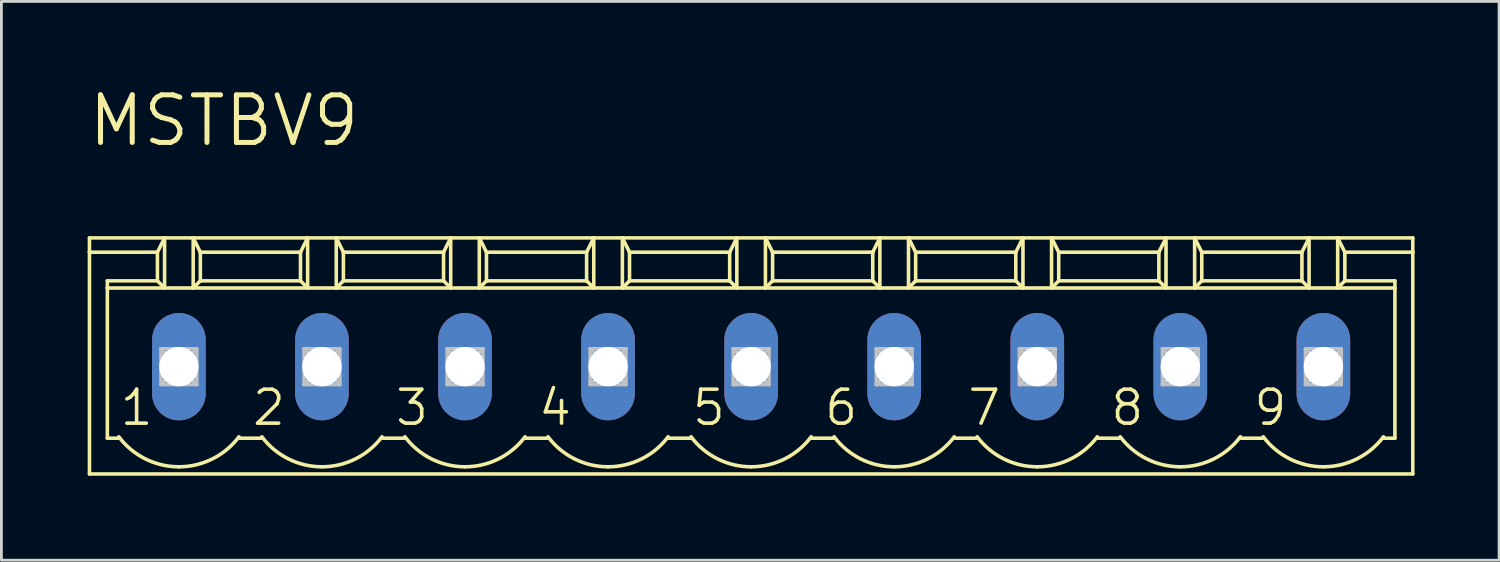
<source format=kicad_pcb>
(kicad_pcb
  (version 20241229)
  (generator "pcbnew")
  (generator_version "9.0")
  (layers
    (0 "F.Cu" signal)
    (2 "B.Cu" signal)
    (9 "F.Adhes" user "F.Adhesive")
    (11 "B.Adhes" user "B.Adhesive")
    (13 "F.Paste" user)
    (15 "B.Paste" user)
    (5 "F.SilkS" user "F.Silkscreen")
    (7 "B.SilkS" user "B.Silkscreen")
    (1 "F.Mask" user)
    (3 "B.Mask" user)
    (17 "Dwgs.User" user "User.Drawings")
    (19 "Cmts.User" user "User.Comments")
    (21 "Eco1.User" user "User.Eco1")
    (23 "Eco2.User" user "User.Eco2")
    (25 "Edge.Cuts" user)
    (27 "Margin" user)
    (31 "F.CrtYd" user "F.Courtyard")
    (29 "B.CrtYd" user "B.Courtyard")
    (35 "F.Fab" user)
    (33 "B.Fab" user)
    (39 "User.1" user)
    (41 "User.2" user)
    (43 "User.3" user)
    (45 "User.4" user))
  (footprint "MSTBV9"
    (layer "F.Cu")
    (at 23.622 9.97)
    (property "Reference" "MSTBV9" (at -23.622 -7.747 0) (layer "F.SilkS") (effects (font (size 1.689 1.689) (thickness 0.178)) (justify left bottom)))
    (attr through_hole)
    (fp_line (start -23.495 -4.572) (end -23.495 -4.064) (stroke (width 0.127) (type solid)) (layer "F.SilkS"))
    (fp_line (start -23.495 -4.572) (end -20.828 -4.572) (stroke (width 0.127) (type solid)) (layer "F.SilkS"))
    (fp_line (start -23.495 -4.064) (end -23.495 3.81) (stroke (width 0.127) (type solid)) (layer "F.SilkS"))
    (fp_line (start -23.495 -4.064) (end -21.082 -4.064) (stroke (width 0.127) (type solid)) (layer "F.SilkS"))
    (fp_line (start -23.495 3.81) (end 23.495 3.81) (stroke (width 0.127) (type solid)) (layer "F.SilkS"))
    (fp_line (start -22.86 -2.794) (end -22.86 -3.048) (stroke (width 0.127) (type solid)) (layer "F.SilkS"))
    (fp_line (start -22.86 -2.794) (end -20.828 -2.794) (stroke (width 0.127) (type solid)) (layer "F.SilkS"))
    (fp_line (start -22.86 2.54) (end -22.86 -2.794) (stroke (width 0.127) (type solid)) (layer "F.SilkS"))
    (fp_line (start -22.86 2.54) (end -22.428 2.54) (stroke (width 0.127) (type solid)) (layer "F.SilkS"))
    (fp_line (start -21.082 -4.064) (end -21.082 -3.048) (stroke (width 0.127) (type solid)) (layer "F.SilkS"))
    (fp_line (start -21.082 -4.064) (end -20.828 -4.572) (stroke (width 0.127) (type solid)) (layer "F.SilkS"))
    (fp_line (start -21.082 -3.048) (end -22.86 -3.048) (stroke (width 0.127) (type solid)) (layer "F.SilkS"))
    (fp_line (start -21.082 -3.048) (end -20.828 -2.794) (stroke (width 0.127) (type solid)) (layer "F.SilkS"))
    (fp_line (start -20.828 -4.572) (end -19.812 -4.572) (stroke (width 0.127) (type solid)) (layer "F.SilkS"))
    (fp_line (start -20.828 -2.794) (end -20.828 -4.572) (stroke (width 0.127) (type solid)) (layer "F.SilkS"))
    (fp_line (start -20.828 -2.794) (end -19.812 -2.794) (stroke (width 0.127) (type solid)) (layer "F.SilkS"))
    (fp_line (start -19.812 -4.572) (end -19.558 -4.064) (stroke (width 0.127) (type solid)) (layer "F.SilkS"))
    (fp_line (start -19.812 -4.572) (end -15.748 -4.572) (stroke (width 0.127) (type solid)) (layer "F.SilkS"))
    (fp_line (start -19.812 -2.794) (end -19.812 -4.572) (stroke (width 0.127) (type solid)) (layer "F.SilkS"))
    (fp_line (start -19.812 -2.794) (end -15.748 -2.794) (stroke (width 0.127) (type solid)) (layer "F.SilkS"))
    (fp_line (start -19.558 -4.064) (end -19.558 -3.048) (stroke (width 0.127) (type solid)) (layer "F.SilkS"))
    (fp_line (start -19.558 -4.064) (end -16.002 -4.064) (stroke (width 0.127) (type solid)) (layer "F.SilkS"))
    (fp_line (start -19.558 -3.048) (end -19.812 -2.794) (stroke (width 0.127) (type solid)) (layer "F.SilkS"))
    (fp_line (start -18.161 2.54) (end -17.399 2.54) (stroke (width 0.127) (type solid)) (layer "F.SilkS"))
    (fp_line (start -16.002 -4.064) (end -16.002 -3.048) (stroke (width 0.127) (type solid)) (layer "F.SilkS"))
    (fp_line (start -16.002 -4.064) (end -15.748 -4.572) (stroke (width 0.127) (type solid)) (layer "F.SilkS"))
    (fp_line (start -16.002 -3.048) (end -19.558 -3.048) (stroke (width 0.127) (type solid)) (layer "F.SilkS"))
    (fp_line (start -16.002 -3.048) (end -15.748 -2.794) (stroke (width 0.127) (type solid)) (layer "F.SilkS"))
    (fp_line (start -15.748 -4.572) (end -14.732 -4.572) (stroke (width 0.127) (type solid)) (layer "F.SilkS"))
    (fp_line (start -15.748 -2.794) (end -15.748 -4.572) (stroke (width 0.127) (type solid)) (layer "F.SilkS"))
    (fp_line (start -15.748 -2.794) (end -14.732 -2.794) (stroke (width 0.127) (type solid)) (layer "F.SilkS"))
    (fp_line (start -14.732 -4.572) (end -14.478 -4.064) (stroke (width 0.127) (type solid)) (layer "F.SilkS"))
    (fp_line (start -14.732 -4.572) (end -10.668 -4.572) (stroke (width 0.127) (type solid)) (layer "F.SilkS"))
    (fp_line (start -14.732 -2.794) (end -14.732 -4.572) (stroke (width 0.127) (type solid)) (layer "F.SilkS"))
    (fp_line (start -14.732 -2.794) (end -10.668 -2.794) (stroke (width 0.127) (type solid)) (layer "F.SilkS"))
    (fp_line (start -14.478 -4.064) (end -14.478 -3.048) (stroke (width 0.127) (type solid)) (layer "F.SilkS"))
    (fp_line (start -14.478 -4.064) (end -10.922 -4.064) (stroke (width 0.127) (type solid)) (layer "F.SilkS"))
    (fp_line (start -14.478 -3.048) (end -14.732 -2.794) (stroke (width 0.127) (type solid)) (layer "F.SilkS"))
    (fp_line (start -13.081 2.54) (end -12.319 2.54) (stroke (width 0.127) (type solid)) (layer "F.SilkS"))
    (fp_line (start -10.922 -4.064) (end -10.922 -3.048) (stroke (width 0.127) (type solid)) (layer "F.SilkS"))
    (fp_line (start -10.922 -4.064) (end -10.668 -4.572) (stroke (width 0.127) (type solid)) (layer "F.SilkS"))
    (fp_line (start -10.922 -3.048) (end -14.478 -3.048) (stroke (width 0.127) (type solid)) (layer "F.SilkS"))
    (fp_line (start -10.922 -3.048) (end -10.668 -2.794) (stroke (width 0.127) (type solid)) (layer "F.SilkS"))
    (fp_line (start -10.668 -4.572) (end -9.652 -4.572) (stroke (width 0.127) (type solid)) (layer "F.SilkS"))
    (fp_line (start -10.668 -2.794) (end -10.668 -4.572) (stroke (width 0.127) (type solid)) (layer "F.SilkS"))
    (fp_line (start -10.668 -2.794) (end -9.652 -2.794) (stroke (width 0.127) (type solid)) (layer "F.SilkS"))
    (fp_line (start -9.652 -4.572) (end -9.398 -4.064) (stroke (width 0.127) (type solid)) (layer "F.SilkS"))
    (fp_line (start -9.652 -4.572) (end -5.588 -4.572) (stroke (width 0.127) (type solid)) (layer "F.SilkS"))
    (fp_line (start -9.652 -2.794) (end -9.652 -4.572) (stroke (width 0.127) (type solid)) (layer "F.SilkS"))
    (fp_line (start -9.652 -2.794) (end -5.588 -2.794) (stroke (width 0.127) (type solid)) (layer "F.SilkS"))
    (fp_line (start -9.398 -4.064) (end -9.398 -3.048) (stroke (width 0.127) (type solid)) (layer "F.SilkS"))
    (fp_line (start -9.398 -4.064) (end -5.842 -4.064) (stroke (width 0.127) (type solid)) (layer "F.SilkS"))
    (fp_line (start -9.398 -3.048) (end -9.652 -2.794) (stroke (width 0.127) (type solid)) (layer "F.SilkS"))
    (fp_line (start -9.398 -3.048) (end -5.842 -3.048) (stroke (width 0.127) (type solid)) (layer "F.SilkS"))
    (fp_line (start -8.001 2.54) (end -7.239 2.54) (stroke (width 0.127) (type solid)) (layer "F.SilkS"))
    (fp_line (start -5.842 -4.064) (end -5.842 -3.048) (stroke (width 0.127) (type solid)) (layer "F.SilkS"))
    (fp_line (start -5.842 -4.064) (end -5.588 -4.572) (stroke (width 0.127) (type solid)) (layer "F.SilkS"))
    (fp_line (start -5.842 -3.048) (end -5.588 -2.794) (stroke (width 0.127) (type solid)) (layer "F.SilkS"))
    (fp_line (start -5.588 -4.572) (end -4.572 -4.572) (stroke (width 0.127) (type solid)) (layer "F.SilkS"))
    (fp_line (start -5.588 -2.794) (end -5.588 -4.572) (stroke (width 0.127) (type solid)) (layer "F.SilkS"))
    (fp_line (start -5.588 -2.794) (end -4.572 -2.794) (stroke (width 0.127) (type solid)) (layer "F.SilkS"))
    (fp_line (start -4.572 -4.572) (end -4.318 -4.064) (stroke (width 0.127) (type solid)) (layer "F.SilkS"))
    (fp_line (start -4.572 -4.572) (end -0.508 -4.572) (stroke (width 0.127) (type solid)) (layer "F.SilkS"))
    (fp_line (start -4.572 -2.794) (end -4.572 -4.572) (stroke (width 0.127) (type solid)) (layer "F.SilkS"))
    (fp_line (start -4.572 -2.794) (end -0.508 -2.794) (stroke (width 0.127) (type solid)) (layer "F.SilkS"))
    (fp_line (start -4.318 -4.064) (end -4.318 -3.048) (stroke (width 0.127) (type solid)) (layer "F.SilkS"))
    (fp_line (start -4.318 -4.064) (end -0.762 -4.064) (stroke (width 0.127) (type solid)) (layer "F.SilkS"))
    (fp_line (start -4.318 -3.048) (end -4.572 -2.794) (stroke (width 0.127) (type solid)) (layer "F.SilkS"))
    (fp_line (start -2.972 2.54) (end -2.108 2.54) (stroke (width 0.127) (type solid)) (layer "F.SilkS"))
    (fp_line (start -0.762 -4.064) (end -0.762 -3.048) (stroke (width 0.127) (type solid)) (layer "F.SilkS"))
    (fp_line (start -0.762 -4.064) (end -0.508 -4.572) (stroke (width 0.127) (type solid)) (layer "F.SilkS"))
    (fp_line (start -0.762 -3.048) (end -4.318 -3.048) (stroke (width 0.127) (type solid)) (layer "F.SilkS"))
    (fp_line (start -0.762 -3.048) (end -0.508 -2.794) (stroke (width 0.127) (type solid)) (layer "F.SilkS"))
    (fp_line (start -0.508 -4.572) (end 0.508 -4.572) (stroke (width 0.127) (type solid)) (layer "F.SilkS"))
    (fp_line (start -0.508 -2.794) (end -0.508 -4.572) (stroke (width 0.127) (type solid)) (layer "F.SilkS"))
    (fp_line (start -0.508 -2.794) (end 0.508 -2.794) (stroke (width 0.127) (type solid)) (layer "F.SilkS"))
    (fp_line (start 0.508 -4.572) (end 0.762 -4.064) (stroke (width 0.127) (type solid)) (layer "F.SilkS"))
    (fp_line (start 0.508 -4.572) (end 4.572 -4.572) (stroke (width 0.127) (type solid)) (layer "F.SilkS"))
    (fp_line (start 0.508 -2.794) (end 0.508 -4.572) (stroke (width 0.127) (type solid)) (layer "F.SilkS"))
    (fp_line (start 0.508 -2.794) (end 4.572 -2.794) (stroke (width 0.127) (type solid)) (layer "F.SilkS"))
    (fp_line (start 0.762 -4.064) (end 0.762 -3.048) (stroke (width 0.127) (type solid)) (layer "F.SilkS"))
    (fp_line (start 0.762 -4.064) (end 4.318 -4.064) (stroke (width 0.127) (type solid)) (layer "F.SilkS"))
    (fp_line (start 0.762 -3.048) (end 0.508 -2.794) (stroke (width 0.127) (type solid)) (layer "F.SilkS"))
    (fp_line (start 2.159 2.54) (end 2.921 2.54) (stroke (width 0.127) (type solid)) (layer "F.SilkS"))
    (fp_line (start 4.318 -4.064) (end 4.318 -3.048) (stroke (width 0.127) (type solid)) (layer "F.SilkS"))
    (fp_line (start 4.318 -4.064) (end 4.572 -4.572) (stroke (width 0.127) (type solid)) (layer "F.SilkS"))
    (fp_line (start 4.318 -3.048) (end 0.762 -3.048) (stroke (width 0.127) (type solid)) (layer "F.SilkS"))
    (fp_line (start 4.318 -3.048) (end 4.572 -2.794) (stroke (width 0.127) (type solid)) (layer "F.SilkS"))
    (fp_line (start 4.572 -4.572) (end 5.588 -4.572) (stroke (width 0.127) (type solid)) (layer "F.SilkS"))
    (fp_line (start 4.572 -2.794) (end 4.572 -4.572) (stroke (width 0.127) (type solid)) (layer "F.SilkS"))
    (fp_line (start 4.572 -2.794) (end 5.588 -2.794) (stroke (width 0.127) (type solid)) (layer "F.SilkS"))
    (fp_line (start 5.588 -4.572) (end 5.842 -4.064) (stroke (width 0.127) (type solid)) (layer "F.SilkS"))
    (fp_line (start 5.588 -4.572) (end 9.652 -4.572) (stroke (width 0.127) (type solid)) (layer "F.SilkS"))
    (fp_line (start 5.588 -2.794) (end 5.588 -4.572) (stroke (width 0.127) (type solid)) (layer "F.SilkS"))
    (fp_line (start 5.588 -2.794) (end 9.652 -2.794) (stroke (width 0.127) (type solid)) (layer "F.SilkS"))
    (fp_line (start 5.842 -4.064) (end 5.842 -3.048) (stroke (width 0.127) (type solid)) (layer "F.SilkS"))
    (fp_line (start 5.842 -4.064) (end 9.398 -4.064) (stroke (width 0.127) (type solid)) (layer "F.SilkS"))
    (fp_line (start 5.842 -3.048) (end 5.588 -2.794) (stroke (width 0.127) (type solid)) (layer "F.SilkS"))
    (fp_line (start 7.239 2.54) (end 8.001 2.54) (stroke (width 0.127) (type solid)) (layer "F.SilkS"))
    (fp_line (start 9.398 -4.064) (end 9.398 -3.048) (stroke (width 0.127) (type solid)) (layer "F.SilkS"))
    (fp_line (start 9.398 -4.064) (end 9.652 -4.572) (stroke (width 0.127) (type solid)) (layer "F.SilkS"))
    (fp_line (start 9.398 -3.048) (end 5.842 -3.048) (stroke (width 0.127) (type solid)) (layer "F.SilkS"))
    (fp_line (start 9.398 -3.048) (end 9.652 -2.794) (stroke (width 0.127) (type solid)) (layer "F.SilkS"))
    (fp_line (start 9.652 -4.572) (end 10.668 -4.572) (stroke (width 0.127) (type solid)) (layer "F.SilkS"))
    (fp_line (start 9.652 -2.794) (end 9.652 -4.572) (stroke (width 0.127) (type solid)) (layer "F.SilkS"))
    (fp_line (start 9.652 -2.794) (end 10.668 -2.794) (stroke (width 0.127) (type solid)) (layer "F.SilkS"))
    (fp_line (start 10.668 -4.572) (end 10.922 -4.064) (stroke (width 0.127) (type solid)) (layer "F.SilkS"))
    (fp_line (start 10.668 -4.572) (end 14.732 -4.572) (stroke (width 0.127) (type solid)) (layer "F.SilkS"))
    (fp_line (start 10.668 -2.794) (end 10.668 -4.572) (stroke (width 0.127) (type solid)) (layer "F.SilkS"))
    (fp_line (start 10.668 -2.794) (end 14.732 -2.794) (stroke (width 0.127) (type solid)) (layer "F.SilkS"))
    (fp_line (start 10.922 -4.064) (end 10.922 -3.048) (stroke (width 0.127) (type solid)) (layer "F.SilkS"))
    (fp_line (start 10.922 -4.064) (end 14.478 -4.064) (stroke (width 0.127) (type solid)) (layer "F.SilkS"))
    (fp_line (start 10.922 -3.048) (end 10.668 -2.794) (stroke (width 0.127) (type solid)) (layer "F.SilkS"))
    (fp_line (start 10.922 -3.048) (end 14.478 -3.048) (stroke (width 0.127) (type solid)) (layer "F.SilkS"))
    (fp_line (start 12.319 2.54) (end 13.081 2.54) (stroke (width 0.127) (type solid)) (layer "F.SilkS"))
    (fp_line (start 14.478 -4.064) (end 14.478 -3.048) (stroke (width 0.127) (type solid)) (layer "F.SilkS"))
    (fp_line (start 14.478 -4.064) (end 14.732 -4.572) (stroke (width 0.127) (type solid)) (layer "F.SilkS"))
    (fp_line (start 14.478 -3.048) (end 14.732 -2.794) (stroke (width 0.127) (type solid)) (layer "F.SilkS"))
    (fp_line (start 14.732 -4.572) (end 15.748 -4.572) (stroke (width 0.127) (type solid)) (layer "F.SilkS"))
    (fp_line (start 14.732 -2.794) (end 14.732 -4.572) (stroke (width 0.127) (type solid)) (layer "F.SilkS"))
    (fp_line (start 14.732 -2.794) (end 15.748 -2.794) (stroke (width 0.127) (type solid)) (layer "F.SilkS"))
    (fp_line (start 15.748 -4.572) (end 16.002 -4.064) (stroke (width 0.127) (type solid)) (layer "F.SilkS"))
    (fp_line (start 15.748 -4.572) (end 19.812 -4.572) (stroke (width 0.127) (type solid)) (layer "F.SilkS"))
    (fp_line (start 15.748 -2.794) (end 15.748 -4.572) (stroke (width 0.127) (type solid)) (layer "F.SilkS"))
    (fp_line (start 15.748 -2.794) (end 19.812 -2.794) (stroke (width 0.127) (type solid)) (layer "F.SilkS"))
    (fp_line (start 16.002 -4.064) (end 16.002 -3.048) (stroke (width 0.127) (type solid)) (layer "F.SilkS"))
    (fp_line (start 16.002 -4.064) (end 19.558 -4.064) (stroke (width 0.127) (type solid)) (layer "F.SilkS"))
    (fp_line (start 16.002 -3.048) (end 15.748 -2.794) (stroke (width 0.127) (type solid)) (layer "F.SilkS"))
    (fp_line (start 16.002 -3.048) (end 19.558 -3.048) (stroke (width 0.127) (type solid)) (layer "F.SilkS"))
    (fp_line (start 17.399 2.54) (end 18.161 2.54) (stroke (width 0.127) (type solid)) (layer "F.SilkS"))
    (fp_line (start 19.558 -4.064) (end 19.558 -3.048) (stroke (width 0.127) (type solid)) (layer "F.SilkS"))
    (fp_line (start 19.558 -4.064) (end 19.812 -4.572) (stroke (width 0.127) (type solid)) (layer "F.SilkS"))
    (fp_line (start 19.558 -3.048) (end 19.812 -2.794) (stroke (width 0.127) (type solid)) (layer "F.SilkS"))
    (fp_line (start 19.812 -4.572) (end 20.828 -4.572) (stroke (width 0.127) (type solid)) (layer "F.SilkS"))
    (fp_line (start 19.812 -2.794) (end 19.812 -4.572) (stroke (width 0.127) (type solid)) (layer "F.SilkS"))
    (fp_line (start 19.812 -2.794) (end 20.828 -2.794) (stroke (width 0.127) (type solid)) (layer "F.SilkS"))
    (fp_line (start 20.828 -4.572) (end 21.082 -4.064) (stroke (width 0.127) (type solid)) (layer "F.SilkS"))
    (fp_line (start 20.828 -4.572) (end 23.495 -4.572) (stroke (width 0.127) (type solid)) (layer "F.SilkS"))
    (fp_line (start 20.828 -2.794) (end 20.828 -4.572) (stroke (width 0.127) (type solid)) (layer "F.SilkS"))
    (fp_line (start 20.828 -2.794) (end 22.86 -2.794) (stroke (width 0.127) (type solid)) (layer "F.SilkS"))
    (fp_line (start 21.082 -4.064) (end 21.082 -3.048) (stroke (width 0.127) (type solid)) (layer "F.SilkS"))
    (fp_line (start 21.082 -4.064) (end 23.495 -4.064) (stroke (width 0.127) (type solid)) (layer "F.SilkS"))
    (fp_line (start 21.082 -3.048) (end 20.828 -2.794) (stroke (width 0.127) (type solid)) (layer "F.SilkS"))
    (fp_line (start 21.082 -3.048) (end 22.86 -3.048) (stroke (width 0.127) (type solid)) (layer "F.SilkS"))
    (fp_line (start 22.428 2.54) (end 22.86 2.54) (stroke (width 0.127) (type solid)) (layer "F.SilkS"))
    (fp_line (start 22.86 -3.048) (end 22.86 -2.794) (stroke (width 0.127) (type solid)) (layer "F.SilkS"))
    (fp_line (start 22.86 -2.794) (end 22.86 2.54) (stroke (width 0.127) (type solid)) (layer "F.SilkS"))
    (fp_line (start 23.495 -4.064) (end 23.495 -4.572) (stroke (width 0.127) (type solid)) (layer "F.SilkS"))
    (fp_line (start 23.495 3.81) (end 23.495 -4.064) (stroke (width 0.127) (type solid)) (layer "F.SilkS"))
    (fp_arc (start -20.319999 3.556) (mid -21.512718 3.274437) (end -22.4536 2.4892) (stroke (width 0.127) (type solid)) (layer "F.SilkS"))
    (fp_arc (start -18.186399 2.4892) (mid -19.127281 3.274438) (end -20.32 3.556) (stroke (width 0.127) (type solid)) (layer "F.SilkS"))
    (fp_arc (start -15.239999 3.556) (mid -16.432718 3.274437) (end -17.3736 2.4892) (stroke (width 0.127) (type solid)) (layer "F.SilkS"))
    (fp_arc (start -13.106399 2.4892) (mid -14.047281 3.274438) (end -15.24 3.556) (stroke (width 0.127) (type solid)) (layer "F.SilkS"))
    (fp_arc (start -10.159999 3.556) (mid -11.352718 3.274437) (end -12.2936 2.4892) (stroke (width 0.127) (type solid)) (layer "F.SilkS"))
    (fp_arc (start -8.026399 2.4892) (mid -8.967281 3.274438) (end -10.16 3.556) (stroke (width 0.127) (type solid)) (layer "F.SilkS"))
    (fp_arc (start -5.079999 3.556) (mid -6.272718 3.274437) (end -7.2136 2.4892) (stroke (width 0.127) (type solid)) (layer "F.SilkS"))
    (fp_arc (start -2.946399 2.4892) (mid -3.887281 3.274438) (end -5.08 3.556) (stroke (width 0.127) (type solid)) (layer "F.SilkS"))
    (fp_arc (start 0.000001 3.556) (mid -1.192718 3.274438) (end -2.1336 2.4892) (stroke (width 0.127) (type solid)) (layer "F.SilkS"))
    (fp_arc (start 2.133601 2.4892) (mid 1.192719 3.274438) (end 0 3.556) (stroke (width 0.127) (type solid)) (layer "F.SilkS"))
    (fp_arc (start 5.080001 3.556) (mid 3.887282 3.274438) (end 2.9464 2.4892) (stroke (width 0.127) (type solid)) (layer "F.SilkS"))
    (fp_arc (start 7.2136 2.489199) (mid 6.272719 3.274437) (end 5.08 3.556) (stroke (width 0.127) (type solid)) (layer "F.SilkS"))
    (fp_arc (start 10.160001 3.556) (mid 8.967282 3.274438) (end 8.0264 2.4892) (stroke (width 0.127) (type solid)) (layer "F.SilkS"))
    (fp_arc (start 12.2936 2.489199) (mid 11.352719 3.274437) (end 10.16 3.556) (stroke (width 0.127) (type solid)) (layer "F.SilkS"))
    (fp_arc (start 15.240001 3.556) (mid 14.047282 3.274438) (end 13.1064 2.4892) (stroke (width 0.127) (type solid)) (layer "F.SilkS"))
    (fp_arc (start 17.3736 2.489199) (mid 16.432719 3.274437) (end 15.24 3.556) (stroke (width 0.127) (type solid)) (layer "F.SilkS"))
    (fp_arc (start 20.320001 3.556) (mid 19.127282 3.274438) (end 18.1864 2.4892) (stroke (width 0.127) (type solid)) (layer "F.SilkS"))
    (fp_arc (start 22.4536 2.489199) (mid 21.512719 3.274437) (end 20.32 3.556) (stroke (width 0.127) (type solid)) (layer "F.SilkS"))
    (fp_line (start -20.955 -0.635) (end -20.955 0.635) (stroke (width 0.127) (type solid)) (layer "Dwgs.User"))
    (fp_line (start -20.955 -0.635) (end -19.685 0.635) (stroke (width 0.127) (type solid)) (layer "Dwgs.User"))
    (fp_line (start -20.955 0.635) (end -19.685 -0.635) (stroke (width 0.127) (type solid)) (layer "Dwgs.User"))
    (fp_line (start -20.955 0.635) (end -19.685 0.635) (stroke (width 0.127) (type solid)) (layer "Dwgs.User"))
    (fp_line (start -19.685 -0.635) (end -20.955 -0.635) (stroke (width 0.127) (type solid)) (layer "Dwgs.User"))
    (fp_line (start -19.685 0.635) (end -19.685 -0.635) (stroke (width 0.127) (type solid)) (layer "Dwgs.User"))
    (fp_line (start -15.875 -0.635) (end -15.875 0.635) (stroke (width 0.127) (type solid)) (layer "Dwgs.User"))
    (fp_line (start -15.875 -0.635) (end -14.605 0.635) (stroke (width 0.127) (type solid)) (layer "Dwgs.User"))
    (fp_line (start -15.875 0.635) (end -14.605 -0.635) (stroke (width 0.127) (type solid)) (layer "Dwgs.User"))
    (fp_line (start -15.875 0.635) (end -14.605 0.635) (stroke (width 0.127) (type solid)) (layer "Dwgs.User"))
    (fp_line (start -14.605 -0.635) (end -15.875 -0.635) (stroke (width 0.127) (type solid)) (layer "Dwgs.User"))
    (fp_line (start -14.605 0.635) (end -14.605 -0.635) (stroke (width 0.127) (type solid)) (layer "Dwgs.User"))
    (fp_line (start -10.795 -0.635) (end -10.795 0.635) (stroke (width 0.127) (type solid)) (layer "Dwgs.User"))
    (fp_line (start -10.795 -0.635) (end -9.525 0.635) (stroke (width 0.127) (type solid)) (layer "Dwgs.User"))
    (fp_line (start -10.795 0.635) (end -9.525 -0.635) (stroke (width 0.127) (type solid)) (layer "Dwgs.User"))
    (fp_line (start -10.795 0.635) (end -9.525 0.635) (stroke (width 0.127) (type solid)) (layer "Dwgs.User"))
    (fp_line (start -9.525 -0.635) (end -10.795 -0.635) (stroke (width 0.127) (type solid)) (layer "Dwgs.User"))
    (fp_line (start -9.525 0.635) (end -9.525 -0.635) (stroke (width 0.127) (type solid)) (layer "Dwgs.User"))
    (fp_line (start -5.715 -0.635) (end -5.715 0.635) (stroke (width 0.127) (type solid)) (layer "Dwgs.User"))
    (fp_line (start -5.715 -0.635) (end -4.445 0.635) (stroke (width 0.127) (type solid)) (layer "Dwgs.User"))
    (fp_line (start -5.715 0.635) (end -4.445 -0.635) (stroke (width 0.127) (type solid)) (layer "Dwgs.User"))
    (fp_line (start -5.715 0.635) (end -4.445 0.635) (stroke (width 0.127) (type solid)) (layer "Dwgs.User"))
    (fp_line (start -4.445 -0.635) (end -5.715 -0.635) (stroke (width 0.127) (type solid)) (layer "Dwgs.User"))
    (fp_line (start -4.445 0.635) (end -4.445 -0.635) (stroke (width 0.127) (type solid)) (layer "Dwgs.User"))
    (fp_line (start -0.635 -0.635) (end -0.635 0.635) (stroke (width 0.127) (type solid)) (layer "Dwgs.User"))
    (fp_line (start -0.635 -0.635) (end 0.635 0.635) (stroke (width 0.127) (type solid)) (layer "Dwgs.User"))
    (fp_line (start -0.635 0.635) (end 0.635 -0.635) (stroke (width 0.127) (type solid)) (layer "Dwgs.User"))
    (fp_line (start -0.635 0.635) (end 0.635 0.635) (stroke (width 0.127) (type solid)) (layer "Dwgs.User"))
    (fp_line (start 0.635 -0.635) (end -0.635 -0.635) (stroke (width 0.127) (type solid)) (layer "Dwgs.User"))
    (fp_line (start 0.635 0.635) (end 0.635 -0.635) (stroke (width 0.127) (type solid)) (layer "Dwgs.User"))
    (fp_line (start 4.445 -0.635) (end 4.445 0.635) (stroke (width 0.127) (type solid)) (layer "Dwgs.User"))
    (fp_line (start 4.445 -0.635) (end 5.715 0.635) (stroke (width 0.127) (type solid)) (layer "Dwgs.User"))
    (fp_line (start 4.445 0.635) (end 5.715 -0.635) (stroke (width 0.127) (type solid)) (layer "Dwgs.User"))
    (fp_line (start 4.445 0.635) (end 5.715 0.635) (stroke (width 0.127) (type solid)) (layer "Dwgs.User"))
    (fp_line (start 5.715 -0.635) (end 4.445 -0.635) (stroke (width 0.127) (type solid)) (layer "Dwgs.User"))
    (fp_line (start 5.715 0.635) (end 5.715 -0.635) (stroke (width 0.127) (type solid)) (layer "Dwgs.User"))
    (fp_line (start 9.525 -0.635) (end 9.525 0.635) (stroke (width 0.127) (type solid)) (layer "Dwgs.User"))
    (fp_line (start 9.525 -0.635) (end 10.795 0.635) (stroke (width 0.127) (type solid)) (layer "Dwgs.User"))
    (fp_line (start 9.525 0.635) (end 10.795 -0.635) (stroke (width 0.127) (type solid)) (layer "Dwgs.User"))
    (fp_line (start 9.525 0.635) (end 10.795 0.635) (stroke (width 0.127) (type solid)) (layer "Dwgs.User"))
    (fp_line (start 10.795 -0.635) (end 9.525 -0.635) (stroke (width 0.127) (type solid)) (layer "Dwgs.User"))
    (fp_line (start 10.795 0.635) (end 10.795 -0.635) (stroke (width 0.127) (type solid)) (layer "Dwgs.User"))
    (fp_line (start 14.605 -0.635) (end 14.605 0.635) (stroke (width 0.127) (type solid)) (layer "Dwgs.User"))
    (fp_line (start 14.605 -0.635) (end 15.875 0.635) (stroke (width 0.127) (type solid)) (layer "Dwgs.User"))
    (fp_line (start 14.605 0.635) (end 15.875 -0.635) (stroke (width 0.127) (type solid)) (layer "Dwgs.User"))
    (fp_line (start 14.605 0.635) (end 15.875 0.635) (stroke (width 0.127) (type solid)) (layer "Dwgs.User"))
    (fp_line (start 15.875 -0.635) (end 14.605 -0.635) (stroke (width 0.127) (type solid)) (layer "Dwgs.User"))
    (fp_line (start 15.875 0.635) (end 15.875 -0.635) (stroke (width 0.127) (type solid)) (layer "Dwgs.User"))
    (fp_line (start 19.685 -0.635) (end 19.685 0.635) (stroke (width 0.127) (type solid)) (layer "Dwgs.User"))
    (fp_line (start 19.685 -0.635) (end 20.955 0.635) (stroke (width 0.127) (type solid)) (layer "Dwgs.User"))
    (fp_line (start 19.685 0.635) (end 20.955 -0.635) (stroke (width 0.127) (type solid)) (layer "Dwgs.User"))
    (fp_line (start 19.685 0.635) (end 20.955 0.635) (stroke (width 0.127) (type solid)) (layer "Dwgs.User"))
    (fp_line (start 20.955 -0.635) (end 19.685 -0.635) (stroke (width 0.127) (type solid)) (layer "Dwgs.User"))
    (fp_line (start 20.955 0.635) (end 20.955 -0.635) (stroke (width 0.127) (type solid)) (layer "Dwgs.User"))
    (fp_text user "1" (at -22.479 2.159 0) (layer "F.SilkS") (effects (font (size 1.206 1.206) (thickness 0.127)) (justify left bottom)))
    (fp_text user "9" (at 17.78 2.159 0) (layer "F.SilkS") (effects (font (size 1.206 1.206) (thickness 0.127)) (justify left bottom)))
    (fp_text user "2" (at -17.78 2.159 0) (layer "F.SilkS") (effects (font (size 1.206 1.206) (thickness 0.127)) (justify left bottom)))
    (fp_text user "5" (at -2.159 2.159 0) (layer "F.SilkS") (effects (font (size 1.206 1.206) (thickness 0.127)) (justify left bottom)))
    (fp_text user "6" (at 2.54 2.159 0) (layer "F.SilkS") (effects (font (size 1.206 1.206) (thickness 0.127)) (justify left bottom)))
    (fp_text user "7" (at 7.62 2.159 0) (layer "F.SilkS") (effects (font (size 1.206 1.206) (thickness 0.127)) (justify left bottom)))
    (fp_text user "4" (at -7.62 2.159 0) (layer "F.SilkS") (effects (font (size 1.206 1.206) (thickness 0.127)) (justify left bottom)))
    (fp_text user "8" (at 12.7 2.159 0) (layer "F.SilkS") (effects (font (size 1.206 1.206) (thickness 0.127)) (justify left bottom)))
    (fp_text user "3" (at -12.7 2.159 0) (layer "F.SilkS") (effects (font (size 1.206 1.206) (thickness 0.127)) (justify left bottom)))
    (pad "1" thru_hole oval (at -20.32 0 90) (size 3.81 1.905) (drill 1.397) (layers "*.Cu" "*.Mask"))
    (pad "2" thru_hole oval (at -15.24 0 90) (size 3.81 1.905) (drill 1.397) (layers "*.Cu" "*.Mask"))
    (pad "3" thru_hole oval (at -10.16 0 90) (size 3.81 1.905) (drill 1.397) (layers "*.Cu" "*.Mask"))
    (pad "4" thru_hole oval (at -5.08 0 90) (size 3.81 1.905) (drill 1.397) (layers "*.Cu" "*.Mask"))
    (pad "5" thru_hole oval (at 0 0 90) (size 3.81 1.905) (drill 1.397) (layers "*.Cu" "*.Mask"))
    (pad "6" thru_hole oval (at 5.08 0 90) (size 3.81 1.905) (drill 1.397) (layers "*.Cu" "*.Mask"))
    (pad "7" thru_hole oval (at 10.16 0 90) (size 3.81 1.905) (drill 1.397) (layers "*.Cu" "*.Mask"))
    (pad "8" thru_hole oval (at 15.24 0 90) (size 3.81 1.905) (drill 1.397) (layers "*.Cu" "*.Mask"))
    (pad "9" thru_hole oval (at 20.32 0 90) (size 3.81 1.905) (drill 1.397) (layers "*.Cu" "*.Mask")))
  (gr_rect
    (start -3 -3)
    (end 50.181 16.843)
    (stroke (width 0.1) (type default))
    (fill no)
    (layer "Edge.Cuts")))
</source>
